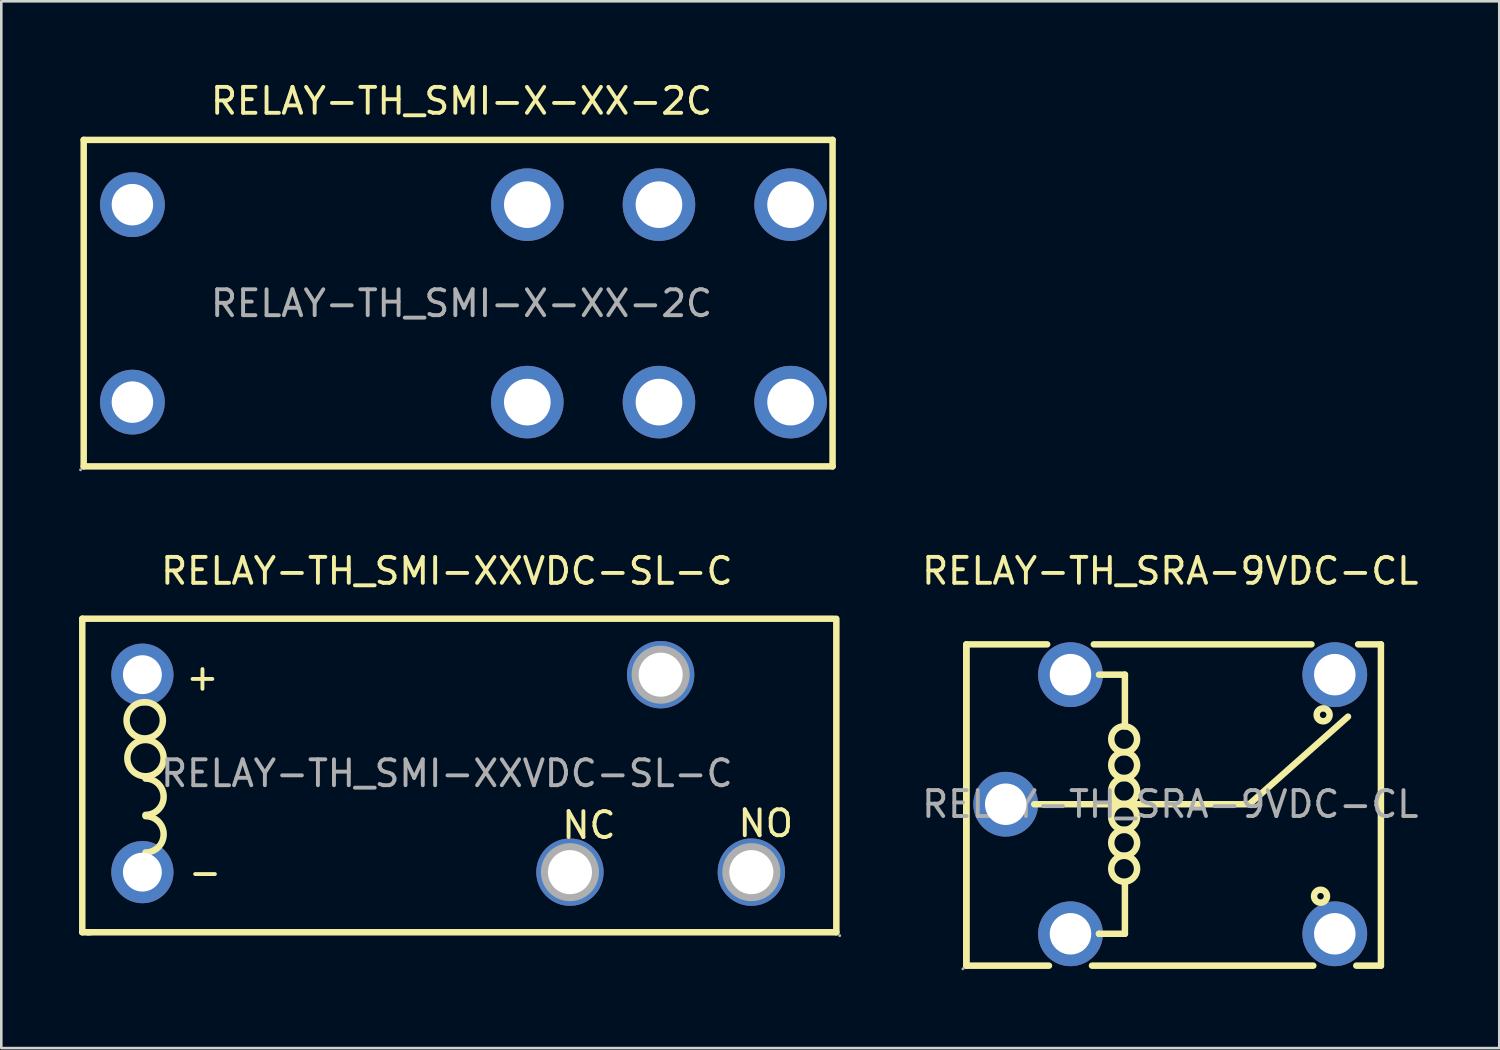
<source format=kicad_pcb>
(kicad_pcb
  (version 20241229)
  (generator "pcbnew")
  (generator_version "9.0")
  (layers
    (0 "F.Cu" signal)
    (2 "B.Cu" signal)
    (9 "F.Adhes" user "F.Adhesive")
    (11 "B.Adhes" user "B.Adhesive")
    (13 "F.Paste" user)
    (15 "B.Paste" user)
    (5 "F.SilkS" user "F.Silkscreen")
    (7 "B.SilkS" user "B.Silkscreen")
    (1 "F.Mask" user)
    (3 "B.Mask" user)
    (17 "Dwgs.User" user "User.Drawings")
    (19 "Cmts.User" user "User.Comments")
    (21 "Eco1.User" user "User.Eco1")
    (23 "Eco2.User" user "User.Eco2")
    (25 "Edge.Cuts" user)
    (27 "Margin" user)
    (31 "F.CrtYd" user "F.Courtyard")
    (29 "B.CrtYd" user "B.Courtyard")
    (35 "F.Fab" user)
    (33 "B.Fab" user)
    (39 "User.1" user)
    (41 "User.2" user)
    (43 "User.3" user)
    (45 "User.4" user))
  (footprint "RELAY-TH_SMI-X-XX-2C"
    (layer "F.Cu")
    (at 14.76 8.658)
    (property "Reference" "RELAY-TH_SMI-X-XX-2C" (at 0 -7.81 0) (layer "F.SilkS") (effects (font (size 1 1) (thickness 0.15))))
    (attr through_hole)
    (fp_line (start -14.58 -6.31) (end -14.58 6.29) (stroke (width 0.25) (type solid)) (layer "F.SilkS"))
    (fp_line (start -14.58 6.29) (end 14.32 6.29) (stroke (width 0.25) (type solid)) (layer "F.SilkS"))
    (fp_line (start 14.32 -6.31) (end -14.58 -6.31) (stroke (width 0.25) (type solid)) (layer "F.SilkS"))
    (fp_line (start 14.32 6.29) (end 14.32 -6.31) (stroke (width 0.25) (type solid)) (layer "F.SilkS"))
    (fp_circle (center -14.7 6.42) (end -14.67 6.42) (stroke (width 0.06) (type solid)) (fill no) (layer "F.Fab"))
    (fp_circle (center -12.7 -3.81) (end -12.35 -3.81) (stroke (width 0.7) (type solid)) (fill no) (layer "F.Fab"))
    (fp_circle (center -12.7 3.81) (end -12.35 3.81) (stroke (width 0.7) (type solid)) (fill no) (layer "F.Fab"))
    (fp_circle (center 2.54 -3.81) (end 2.94 -3.81) (stroke (width 0.8) (type solid)) (fill no) (layer "F.Fab"))
    (fp_circle (center 2.54 3.81) (end 2.94 3.81) (stroke (width 0.8) (type solid)) (fill no) (layer "F.Fab"))
    (fp_circle (center 7.62 -3.81) (end 8.02 -3.81) (stroke (width 0.8) (type solid)) (fill no) (layer "F.Fab"))
    (fp_circle (center 7.62 3.81) (end 8.02 3.81) (stroke (width 0.8) (type solid)) (fill no) (layer "F.Fab"))
    (fp_circle (center 12.7 -3.81) (end 13.1 -3.81) (stroke (width 0.8) (type solid)) (fill no) (layer "F.Fab"))
    (fp_circle (center 12.7 3.81) (end 13.1 3.81) (stroke (width 0.8) (type solid)) (fill no) (layer "F.Fab"))
    (fp_text user "${REFERENCE}" (at 0 0 0) (layer "F.Fab") (effects (font (size 1 1) (thickness 0.15))))
    (pad "1" thru_hole circle (at -12.7 3.81) (size 2.5 2.5) (drill 1.6) (layers "*.Cu" "*.Paste" "*.Mask"))
    (pad "2" thru_hole circle (at 2.54 3.81) (size 2.8 2.8) (drill 1.8) (layers "*.Cu" "*.Paste" "*.Mask"))
    (pad "3" thru_hole circle (at 7.62 3.81) (size 2.8 2.8) (drill 1.8) (layers "*.Cu" "*.Paste" "*.Mask"))
    (pad "4" thru_hole circle (at 12.7 3.81) (size 2.8 2.8) (drill 1.8) (layers "*.Cu" "*.Paste" "*.Mask"))
    (pad "5" thru_hole circle (at 12.7 -3.81) (size 2.8 2.8) (drill 1.8) (layers "*.Cu" "*.Paste" "*.Mask"))
    (pad "6" thru_hole circle (at 7.62 -3.81) (size 2.8 2.8) (drill 1.8) (layers "*.Cu" "*.Paste" "*.Mask"))
    (pad "7" thru_hole circle (at 2.54 -3.81) (size 2.8 2.8) (drill 1.8) (layers "*.Cu" "*.Paste" "*.Mask"))
    (pad "8" thru_hole circle (at -12.7 -3.81) (size 2.5 2.5) (drill 1.6) (layers "*.Cu" "*.Paste" "*.Mask")))
  (footprint "RELAY-TH_SRA-9VDC-CL"
    (layer "F.Cu")
    (at 42.111 27.986)
    (property "Reference" "RELAY-TH_SRA-9VDC-CL" (at 0 -9 0) (layer "F.SilkS") (effects (font (size 1 1) (thickness 0.15))))
    (attr through_hole)
    (fp_line (start -7.87 -6.17) (end -7.87 6.23) (stroke (width 0.25) (type solid)) (layer "F.SilkS"))
    (fp_line (start -7.87 -6.17) (end -4.75 -6.17) (stroke (width 0.25) (type solid)) (layer "F.SilkS"))
    (fp_line (start -7.87 6.23) (end -7.87 -6.09) (stroke (width 0.25) (type solid)) (layer "F.SilkS"))
    (fp_line (start -5.25 0) (end 3.05 0) (stroke (width 0.25) (type solid)) (layer "F.SilkS"))
    (fp_line (start -4.68 6.23) (end -7.87 6.23) (stroke (width 0.25) (type solid)) (layer "F.SilkS"))
    (fp_line (start -2.95 -6.17) (end 5.45 -6.17) (stroke (width 0.25) (type solid)) (layer "F.SilkS"))
    (fp_line (start -2.75 -5) (end -1.75 -5) (stroke (width 0.25) (type solid)) (layer "F.SilkS"))
    (fp_line (start -2.75 5) (end -2.75 5) (stroke (width 0.25) (type solid)) (layer "F.SilkS"))
    (fp_line (start -2.75 5) (end -1.75 5) (stroke (width 0.25) (type solid)) (layer "F.SilkS"))
    (fp_line (start -1.75 -5) (end -1.75 -3) (stroke (width 0.25) (type solid)) (layer "F.SilkS"))
    (fp_line (start -1.75 5) (end -1.75 3.01) (stroke (width 0.25) (type solid)) (layer "F.SilkS"))
    (fp_line (start 3.05 0) (end 6.86 -3.38) (stroke (width 0.25) (type solid)) (layer "F.SilkS"))
    (fp_line (start 5.52 6.23) (end -3.02 6.23) (stroke (width 0.25) (type solid)) (layer "F.SilkS"))
    (fp_line (start 7.25 -6.17) (end 8.13 -6.17) (stroke (width 0.25) (type solid)) (layer "F.SilkS"))
    (fp_line (start 8.13 -6.17) (end 8.13 6.23) (stroke (width 0.25) (type solid)) (layer "F.SilkS"))
    (fp_line (start 8.13 6.23) (end 7.18 6.23) (stroke (width 0.25) (type solid)) (layer "F.SilkS"))
    (fp_arc (start -1.788726 -2.010076) (mid -1.775637 -3.009981) (end -1.78 -2.01) (stroke (width 0.25) (type solid)) (layer "F.SilkS"))
    (fp_arc (start -1.788726 -1.010076) (mid -1.775637 -2.009981) (end -1.78 -1.01) (stroke (width 0.25) (type solid)) (layer "F.SilkS"))
    (fp_arc (start -1.788726 -0.010076) (mid -1.775637 -1.009981) (end -1.78 -0.01) (stroke (width 0.25) (type solid)) (layer "F.SilkS"))
    (fp_arc (start -1.788726 0.989924) (mid -1.775637 -0.009981) (end -1.78 0.99) (stroke (width 0.25) (type solid)) (layer "F.SilkS"))
    (fp_arc (start -1.788726 1.989924) (mid -1.775637 0.990019) (end -1.78 1.99) (stroke (width 0.25) (type solid)) (layer "F.SilkS"))
    (fp_arc (start -1.788726 2.989924) (mid -1.775637 1.990019) (end -1.78 2.99) (stroke (width 0.25) (type solid)) (layer "F.SilkS"))
    (fp_circle (center 5.8 3.55) (end 6.05 3.55) (stroke (width 0.25) (type solid)) (fill no) (layer "F.SilkS"))
    (fp_circle (center 5.9 -3.45) (end 6.15 -3.45) (stroke (width 0.25) (type solid)) (fill no) (layer "F.SilkS"))
    (fp_circle (center -8 6.35) (end -7.97 6.35) (stroke (width 0.06) (type solid)) (fill no) (layer "F.Fab"))
    (fp_circle (center -6.35 0) (end -6 0) (stroke (width 0.7) (type solid)) (fill no) (layer "F.Fab"))
    (fp_circle (center -3.85 -5) (end -3.5 -5) (stroke (width 0.7) (type solid)) (fill no) (layer "F.Fab"))
    (fp_circle (center -3.85 5) (end -3.5 5) (stroke (width 0.7) (type solid)) (fill no) (layer "F.Fab"))
    (fp_circle (center 6.35 -5) (end 6.7 -5) (stroke (width 0.7) (type solid)) (fill no) (layer "F.Fab"))
    (fp_circle (center 6.35 5) (end 6.7 5) (stroke (width 0.7) (type solid)) (fill no) (layer "F.Fab"))
    (fp_text user "${REFERENCE}" (at 0 0 0) (layer "F.Fab") (effects (font (size 1 1) (thickness 0.15))))
    (pad "1" thru_hole circle (at -6.35 0) (size 2.5 2.5) (drill 1.6) (layers "*.Cu" "*.Paste" "*.Mask"))
    (pad "2" thru_hole circle (at -3.85 5) (size 2.5 2.5) (drill 1.6) (layers "*.Cu" "*.Paste" "*.Mask"))
    (pad "3" thru_hole circle (at 6.35 5) (size 2.5 2.5) (drill 1.6) (layers "*.Cu" "*.Paste" "*.Mask"))
    (pad "4" thru_hole circle (at 6.35 -5) (size 2.5 2.5) (drill 1.6) (layers "*.Cu" "*.Paste" "*.Mask"))
    (pad "5" thru_hole circle (at -3.85 -5) (size 2.5 2.5) (drill 1.6) (layers "*.Cu" "*.Paste" "*.Mask")))
  (footprint "RELAY-TH_SMI-XXVDC-SL-C"
    (layer "F.Cu")
    (at 14.195 26.797)
    (property "Reference" "RELAY-TH_SMI-XXVDC-SL-C" (at 0 -7.81 0) (layer "F.SilkS") (effects (font (size 1 1) (thickness 0.15))))
    (attr through_hole)
    (fp_line (start -14.07 -5.97) (end -14.07 6.13) (stroke (width 0.25) (type solid)) (layer "F.SilkS"))
    (fp_line (start -14.07 -5.97) (end 14.93 -5.97) (stroke (width 0.25) (type solid)) (layer "F.SilkS"))
    (fp_line (start -14.07 6.13) (end -13.77 6.13) (stroke (width 0.25) (type solid)) (layer "F.SilkS"))
    (fp_line (start -13.87 6.13) (end 15.03 6.13) (stroke (width 0.25) (type solid)) (layer "F.SilkS"))
    (fp_line (start 15.03 -5.97) (end 15.03 6.13) (stroke (width 0.25) (type solid)) (layer "F.SilkS"))
    (fp_arc (start -11.672217 -1.350107) (mid -11.653891 -2.749973) (end -11.66 -1.35) (stroke (width 0.25) (type solid)) (layer "F.SilkS"))
    (fp_arc (start -11.642217 0.109893) (mid -11.623891 -1.289973) (end -11.63 0.11) (stroke (width 0.25) (type solid)) (layer "F.SilkS"))
    (fp_arc (start -11.63 0.2) (mid -10.93 0.9) (end -11.63 1.6) (stroke (width 0.25) (type solid)) (layer "F.SilkS"))
    (fp_arc (start -11.63 1.65) (mid -10.93 2.35) (end -11.63 3.05) (stroke (width 0.25) (type solid)) (layer "F.SilkS"))
    (fp_circle (center -11.75 -3.81) (end -11.42 -3.81) (stroke (width 0.65) (type solid)) (fill no) (layer "F.Fab"))
    (fp_circle (center -11.75 3.81) (end -11.42 3.81) (stroke (width 0.65) (type solid)) (fill no) (layer "F.Fab"))
    (fp_circle (center 4.75 3.81) (end 5.12 3.81) (stroke (width 0.75) (type solid)) (fill no) (layer "F.Fab"))
    (fp_circle (center 8.25 -3.81) (end 8.62 -3.81) (stroke (width 0.75) (type solid)) (fill no) (layer "F.Fab"))
    (fp_circle (center 11.75 3.81) (end 12.12 3.81) (stroke (width 0.75) (type solid)) (fill no) (layer "F.Fab"))
    (fp_circle (center 15.16 6.26) (end 15.19 6.26) (stroke (width 0.06) (type solid)) (fill no) (layer "F.Fab"))
    (fp_text user "-" (at -10.05 3.81 0) (layer "F.SilkS") (effects (font (size 1 1) (thickness 0.15)) (justify left)))
    (fp_text user "+" (at -10.15 -3.72 0) (layer "F.SilkS") (effects (font (size 1 1) (thickness 0.15)) (justify left)))
    (fp_text user "NC" (at 4.36 2 0) (layer "F.SilkS") (effects (font (size 1 1) (thickness 0.15)) (justify left)))
    (fp_text user "NO" (at 11.16 1.93 0) (layer "F.SilkS") (effects (font (size 1 1) (thickness 0.15)) (justify left)))
    (fp_text user "${REFERENCE}" (at 0 0 0) (layer "F.Fab") (effects (font (size 1 1) (thickness 0.15))))
    (pad "1" thru_hole circle (at 4.75 3.81) (size 2.6 2.6) (drill 1.7) (layers "*.Cu" "*.Paste" "*.Mask"))
    (pad "2" thru_hole circle (at 11.75 3.81) (size 2.6 2.6) (drill 1.7) (layers "*.Cu" "*.Paste" "*.Mask"))
    (pad "3" thru_hole circle (at -11.75 -3.81) (size 2.4 2.4) (drill 1.5) (layers "*.Cu" "*.Paste" "*.Mask"))
    (pad "4" thru_hole circle (at -11.75 3.81) (size 2.4 2.4) (drill 1.5) (layers "*.Cu" "*.Paste" "*.Mask"))
    (pad "5" thru_hole circle (at 8.25 -3.81) (size 2.6 2.6) (drill 1.7) (layers "*.Cu" "*.Paste" "*.Mask")))
  (gr_rect
    (start -3 -3)
    (end 54.808 37.397)
    (stroke (width 0.1) (type default))
    (fill no)
    (layer "Edge.Cuts")))
</source>
